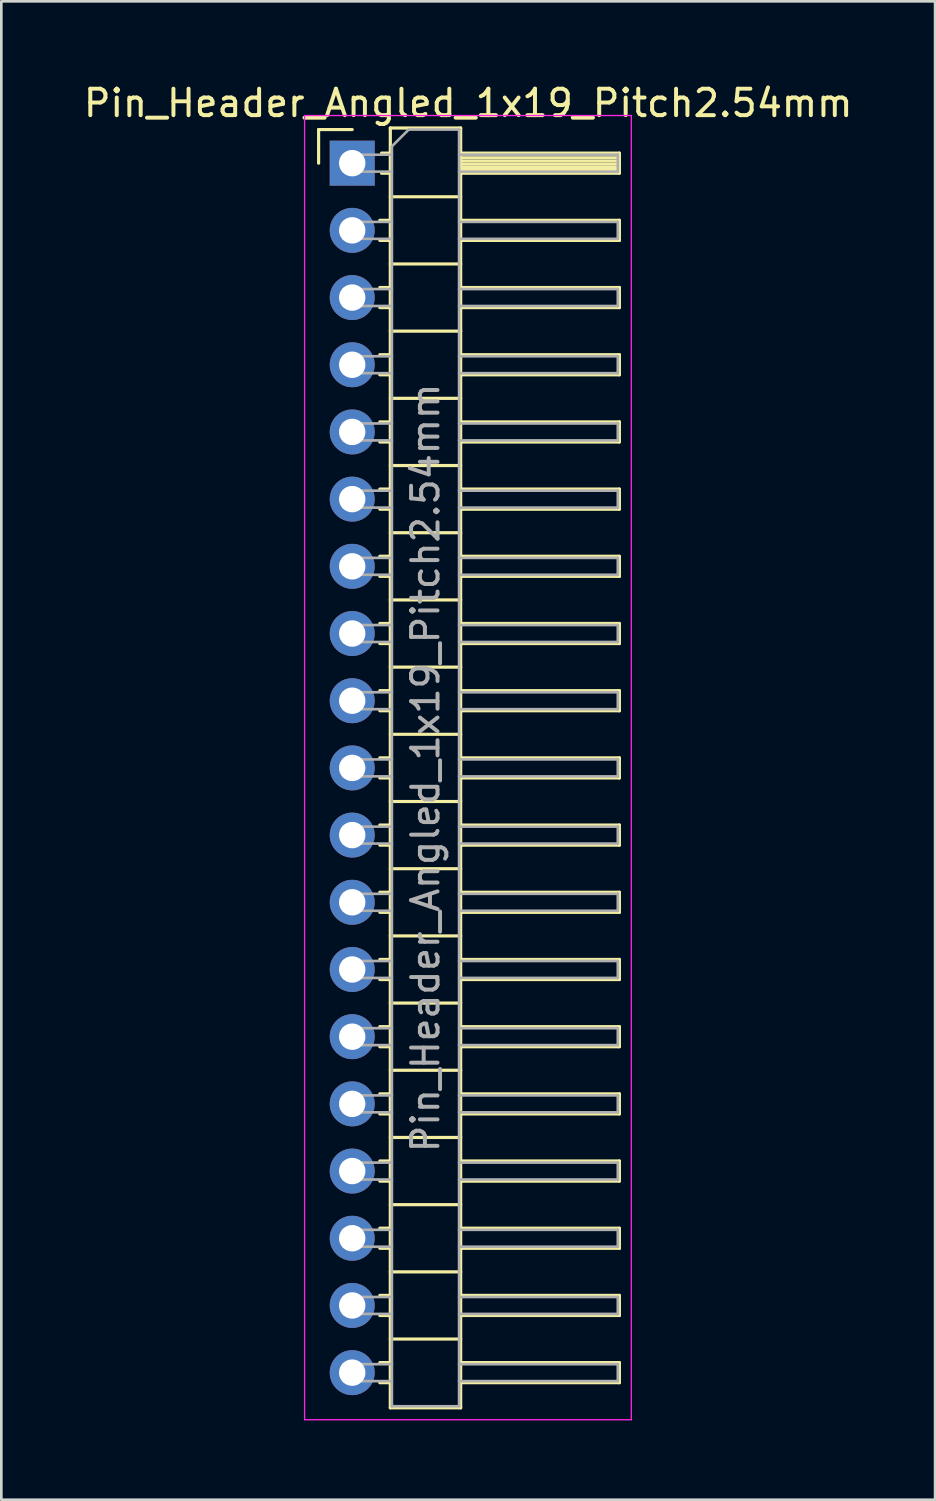
<source format=kicad_pcb>
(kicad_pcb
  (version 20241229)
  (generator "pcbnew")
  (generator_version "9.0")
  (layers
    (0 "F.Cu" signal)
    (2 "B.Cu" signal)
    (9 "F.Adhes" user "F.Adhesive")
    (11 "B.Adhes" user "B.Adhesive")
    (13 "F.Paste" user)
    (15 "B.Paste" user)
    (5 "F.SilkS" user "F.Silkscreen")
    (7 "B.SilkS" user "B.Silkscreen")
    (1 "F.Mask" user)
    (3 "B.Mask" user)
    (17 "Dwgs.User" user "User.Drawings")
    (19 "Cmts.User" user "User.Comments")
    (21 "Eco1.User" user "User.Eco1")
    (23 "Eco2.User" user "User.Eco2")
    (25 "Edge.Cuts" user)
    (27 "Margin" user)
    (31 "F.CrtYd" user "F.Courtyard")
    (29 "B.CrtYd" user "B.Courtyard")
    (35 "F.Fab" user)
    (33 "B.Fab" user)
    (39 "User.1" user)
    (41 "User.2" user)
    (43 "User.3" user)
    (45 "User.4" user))
  (footprint "Pin_Header_Angled_1x19_Pitch2.54mm"
    (layer "F.Cu")
    (at 10.264 3.118)
    (property "Reference" "Pin_Header_Angled_1x19_Pitch2.54mm" (at 4.385 -2.27 0) (layer "F.SilkS") (effects (font (size 1 1) (thickness 0.15))))
    (attr through_hole)
    (fp_line (start -1.27 -1.27) (end 0 -1.27) (stroke (width 0.12) (type solid)) (layer "F.SilkS"))
    (fp_line (start -1.27 0) (end -1.27 -1.27) (stroke (width 0.12) (type solid)) (layer "F.SilkS"))
    (fp_line (start 1.043 2.16) (end 1.44 2.16) (stroke (width 0.12) (type solid)) (layer "F.SilkS"))
    (fp_line (start 1.043 2.92) (end 1.44 2.92) (stroke (width 0.12) (type solid)) (layer "F.SilkS"))
    (fp_line (start 1.043 4.7) (end 1.44 4.7) (stroke (width 0.12) (type solid)) (layer "F.SilkS"))
    (fp_line (start 1.043 5.46) (end 1.44 5.46) (stroke (width 0.12) (type solid)) (layer "F.SilkS"))
    (fp_line (start 1.043 7.24) (end 1.44 7.24) (stroke (width 0.12) (type solid)) (layer "F.SilkS"))
    (fp_line (start 1.043 8) (end 1.44 8) (stroke (width 0.12) (type solid)) (layer "F.SilkS"))
    (fp_line (start 1.043 9.78) (end 1.44 9.78) (stroke (width 0.12) (type solid)) (layer "F.SilkS"))
    (fp_line (start 1.043 10.54) (end 1.44 10.54) (stroke (width 0.12) (type solid)) (layer "F.SilkS"))
    (fp_line (start 1.043 12.32) (end 1.44 12.32) (stroke (width 0.12) (type solid)) (layer "F.SilkS"))
    (fp_line (start 1.043 13.08) (end 1.44 13.08) (stroke (width 0.12) (type solid)) (layer "F.SilkS"))
    (fp_line (start 1.043 14.86) (end 1.44 14.86) (stroke (width 0.12) (type solid)) (layer "F.SilkS"))
    (fp_line (start 1.043 15.62) (end 1.44 15.62) (stroke (width 0.12) (type solid)) (layer "F.SilkS"))
    (fp_line (start 1.043 17.4) (end 1.44 17.4) (stroke (width 0.12) (type solid)) (layer "F.SilkS"))
    (fp_line (start 1.043 18.16) (end 1.44 18.16) (stroke (width 0.12) (type solid)) (layer "F.SilkS"))
    (fp_line (start 1.043 19.94) (end 1.44 19.94) (stroke (width 0.12) (type solid)) (layer "F.SilkS"))
    (fp_line (start 1.043 20.7) (end 1.44 20.7) (stroke (width 0.12) (type solid)) (layer "F.SilkS"))
    (fp_line (start 1.043 22.48) (end 1.44 22.48) (stroke (width 0.12) (type solid)) (layer "F.SilkS"))
    (fp_line (start 1.043 23.24) (end 1.44 23.24) (stroke (width 0.12) (type solid)) (layer "F.SilkS"))
    (fp_line (start 1.043 25.02) (end 1.44 25.02) (stroke (width 0.12) (type solid)) (layer "F.SilkS"))
    (fp_line (start 1.043 25.78) (end 1.44 25.78) (stroke (width 0.12) (type solid)) (layer "F.SilkS"))
    (fp_line (start 1.043 27.56) (end 1.44 27.56) (stroke (width 0.12) (type solid)) (layer "F.SilkS"))
    (fp_line (start 1.043 28.32) (end 1.44 28.32) (stroke (width 0.12) (type solid)) (layer "F.SilkS"))
    (fp_line (start 1.043 30.1) (end 1.44 30.1) (stroke (width 0.12) (type solid)) (layer "F.SilkS"))
    (fp_line (start 1.043 30.86) (end 1.44 30.86) (stroke (width 0.12) (type solid)) (layer "F.SilkS"))
    (fp_line (start 1.043 32.64) (end 1.44 32.64) (stroke (width 0.12) (type solid)) (layer "F.SilkS"))
    (fp_line (start 1.043 33.4) (end 1.44 33.4) (stroke (width 0.12) (type solid)) (layer "F.SilkS"))
    (fp_line (start 1.043 35.18) (end 1.44 35.18) (stroke (width 0.12) (type solid)) (layer "F.SilkS"))
    (fp_line (start 1.043 35.94) (end 1.44 35.94) (stroke (width 0.12) (type solid)) (layer "F.SilkS"))
    (fp_line (start 1.043 37.72) (end 1.44 37.72) (stroke (width 0.12) (type solid)) (layer "F.SilkS"))
    (fp_line (start 1.043 38.48) (end 1.44 38.48) (stroke (width 0.12) (type solid)) (layer "F.SilkS"))
    (fp_line (start 1.043 40.26) (end 1.44 40.26) (stroke (width 0.12) (type solid)) (layer "F.SilkS"))
    (fp_line (start 1.043 41.02) (end 1.44 41.02) (stroke (width 0.12) (type solid)) (layer "F.SilkS"))
    (fp_line (start 1.043 42.8) (end 1.44 42.8) (stroke (width 0.12) (type solid)) (layer "F.SilkS"))
    (fp_line (start 1.043 43.56) (end 1.44 43.56) (stroke (width 0.12) (type solid)) (layer "F.SilkS"))
    (fp_line (start 1.043 45.34) (end 1.44 45.34) (stroke (width 0.12) (type solid)) (layer "F.SilkS"))
    (fp_line (start 1.043 46.1) (end 1.44 46.1) (stroke (width 0.12) (type solid)) (layer "F.SilkS"))
    (fp_line (start 1.11 -0.38) (end 1.44 -0.38) (stroke (width 0.12) (type solid)) (layer "F.SilkS"))
    (fp_line (start 1.11 0.38) (end 1.44 0.38) (stroke (width 0.12) (type solid)) (layer "F.SilkS"))
    (fp_line (start 1.44 -1.33) (end 1.44 47.05) (stroke (width 0.12) (type solid)) (layer "F.SilkS"))
    (fp_line (start 1.44 1.27) (end 4.1 1.27) (stroke (width 0.12) (type solid)) (layer "F.SilkS"))
    (fp_line (start 1.44 3.81) (end 4.1 3.81) (stroke (width 0.12) (type solid)) (layer "F.SilkS"))
    (fp_line (start 1.44 6.35) (end 4.1 6.35) (stroke (width 0.12) (type solid)) (layer "F.SilkS"))
    (fp_line (start 1.44 8.89) (end 4.1 8.89) (stroke (width 0.12) (type solid)) (layer "F.SilkS"))
    (fp_line (start 1.44 11.43) (end 4.1 11.43) (stroke (width 0.12) (type solid)) (layer "F.SilkS"))
    (fp_line (start 1.44 13.97) (end 4.1 13.97) (stroke (width 0.12) (type solid)) (layer "F.SilkS"))
    (fp_line (start 1.44 16.51) (end 4.1 16.51) (stroke (width 0.12) (type solid)) (layer "F.SilkS"))
    (fp_line (start 1.44 19.05) (end 4.1 19.05) (stroke (width 0.12) (type solid)) (layer "F.SilkS"))
    (fp_line (start 1.44 21.59) (end 4.1 21.59) (stroke (width 0.12) (type solid)) (layer "F.SilkS"))
    (fp_line (start 1.44 24.13) (end 4.1 24.13) (stroke (width 0.12) (type solid)) (layer "F.SilkS"))
    (fp_line (start 1.44 26.67) (end 4.1 26.67) (stroke (width 0.12) (type solid)) (layer "F.SilkS"))
    (fp_line (start 1.44 29.21) (end 4.1 29.21) (stroke (width 0.12) (type solid)) (layer "F.SilkS"))
    (fp_line (start 1.44 31.75) (end 4.1 31.75) (stroke (width 0.12) (type solid)) (layer "F.SilkS"))
    (fp_line (start 1.44 34.29) (end 4.1 34.29) (stroke (width 0.12) (type solid)) (layer "F.SilkS"))
    (fp_line (start 1.44 36.83) (end 4.1 36.83) (stroke (width 0.12) (type solid)) (layer "F.SilkS"))
    (fp_line (start 1.44 39.37) (end 4.1 39.37) (stroke (width 0.12) (type solid)) (layer "F.SilkS"))
    (fp_line (start 1.44 41.91) (end 4.1 41.91) (stroke (width 0.12) (type solid)) (layer "F.SilkS"))
    (fp_line (start 1.44 44.45) (end 4.1 44.45) (stroke (width 0.12) (type solid)) (layer "F.SilkS"))
    (fp_line (start 1.44 47.05) (end 4.1 47.05) (stroke (width 0.12) (type solid)) (layer "F.SilkS"))
    (fp_line (start 4.1 -1.33) (end 1.44 -1.33) (stroke (width 0.12) (type solid)) (layer "F.SilkS"))
    (fp_line (start 4.1 -0.38) (end 10.1 -0.38) (stroke (width 0.12) (type solid)) (layer "F.SilkS"))
    (fp_line (start 4.1 -0.32) (end 10.1 -0.32) (stroke (width 0.12) (type solid)) (layer "F.SilkS"))
    (fp_line (start 4.1 -0.2) (end 10.1 -0.2) (stroke (width 0.12) (type solid)) (layer "F.SilkS"))
    (fp_line (start 4.1 -0.08) (end 10.1 -0.08) (stroke (width 0.12) (type solid)) (layer "F.SilkS"))
    (fp_line (start 4.1 0.04) (end 10.1 0.04) (stroke (width 0.12) (type solid)) (layer "F.SilkS"))
    (fp_line (start 4.1 0.16) (end 10.1 0.16) (stroke (width 0.12) (type solid)) (layer "F.SilkS"))
    (fp_line (start 4.1 0.28) (end 10.1 0.28) (stroke (width 0.12) (type solid)) (layer "F.SilkS"))
    (fp_line (start 4.1 2.16) (end 10.1 2.16) (stroke (width 0.12) (type solid)) (layer "F.SilkS"))
    (fp_line (start 4.1 4.7) (end 10.1 4.7) (stroke (width 0.12) (type solid)) (layer "F.SilkS"))
    (fp_line (start 4.1 7.24) (end 10.1 7.24) (stroke (width 0.12) (type solid)) (layer "F.SilkS"))
    (fp_line (start 4.1 9.78) (end 10.1 9.78) (stroke (width 0.12) (type solid)) (layer "F.SilkS"))
    (fp_line (start 4.1 12.32) (end 10.1 12.32) (stroke (width 0.12) (type solid)) (layer "F.SilkS"))
    (fp_line (start 4.1 14.86) (end 10.1 14.86) (stroke (width 0.12) (type solid)) (layer "F.SilkS"))
    (fp_line (start 4.1 17.4) (end 10.1 17.4) (stroke (width 0.12) (type solid)) (layer "F.SilkS"))
    (fp_line (start 4.1 19.94) (end 10.1 19.94) (stroke (width 0.12) (type solid)) (layer "F.SilkS"))
    (fp_line (start 4.1 22.48) (end 10.1 22.48) (stroke (width 0.12) (type solid)) (layer "F.SilkS"))
    (fp_line (start 4.1 25.02) (end 10.1 25.02) (stroke (width 0.12) (type solid)) (layer "F.SilkS"))
    (fp_line (start 4.1 27.56) (end 10.1 27.56) (stroke (width 0.12) (type solid)) (layer "F.SilkS"))
    (fp_line (start 4.1 30.1) (end 10.1 30.1) (stroke (width 0.12) (type solid)) (layer "F.SilkS"))
    (fp_line (start 4.1 32.64) (end 10.1 32.64) (stroke (width 0.12) (type solid)) (layer "F.SilkS"))
    (fp_line (start 4.1 35.18) (end 10.1 35.18) (stroke (width 0.12) (type solid)) (layer "F.SilkS"))
    (fp_line (start 4.1 37.72) (end 10.1 37.72) (stroke (width 0.12) (type solid)) (layer "F.SilkS"))
    (fp_line (start 4.1 40.26) (end 10.1 40.26) (stroke (width 0.12) (type solid)) (layer "F.SilkS"))
    (fp_line (start 4.1 42.8) (end 10.1 42.8) (stroke (width 0.12) (type solid)) (layer "F.SilkS"))
    (fp_line (start 4.1 45.34) (end 10.1 45.34) (stroke (width 0.12) (type solid)) (layer "F.SilkS"))
    (fp_line (start 4.1 47.05) (end 4.1 -1.33) (stroke (width 0.12) (type solid)) (layer "F.SilkS"))
    (fp_line (start 10.1 -0.38) (end 10.1 0.38) (stroke (width 0.12) (type solid)) (layer "F.SilkS"))
    (fp_line (start 10.1 0.38) (end 4.1 0.38) (stroke (width 0.12) (type solid)) (layer "F.SilkS"))
    (fp_line (start 10.1 2.16) (end 10.1 2.92) (stroke (width 0.12) (type solid)) (layer "F.SilkS"))
    (fp_line (start 10.1 2.92) (end 4.1 2.92) (stroke (width 0.12) (type solid)) (layer "F.SilkS"))
    (fp_line (start 10.1 4.7) (end 10.1 5.46) (stroke (width 0.12) (type solid)) (layer "F.SilkS"))
    (fp_line (start 10.1 5.46) (end 4.1 5.46) (stroke (width 0.12) (type solid)) (layer "F.SilkS"))
    (fp_line (start 10.1 7.24) (end 10.1 8) (stroke (width 0.12) (type solid)) (layer "F.SilkS"))
    (fp_line (start 10.1 8) (end 4.1 8) (stroke (width 0.12) (type solid)) (layer "F.SilkS"))
    (fp_line (start 10.1 9.78) (end 10.1 10.54) (stroke (width 0.12) (type solid)) (layer "F.SilkS"))
    (fp_line (start 10.1 10.54) (end 4.1 10.54) (stroke (width 0.12) (type solid)) (layer "F.SilkS"))
    (fp_line (start 10.1 12.32) (end 10.1 13.08) (stroke (width 0.12) (type solid)) (layer "F.SilkS"))
    (fp_line (start 10.1 13.08) (end 4.1 13.08) (stroke (width 0.12) (type solid)) (layer "F.SilkS"))
    (fp_line (start 10.1 14.86) (end 10.1 15.62) (stroke (width 0.12) (type solid)) (layer "F.SilkS"))
    (fp_line (start 10.1 15.62) (end 4.1 15.62) (stroke (width 0.12) (type solid)) (layer "F.SilkS"))
    (fp_line (start 10.1 17.4) (end 10.1 18.16) (stroke (width 0.12) (type solid)) (layer "F.SilkS"))
    (fp_line (start 10.1 18.16) (end 4.1 18.16) (stroke (width 0.12) (type solid)) (layer "F.SilkS"))
    (fp_line (start 10.1 19.94) (end 10.1 20.7) (stroke (width 0.12) (type solid)) (layer "F.SilkS"))
    (fp_line (start 10.1 20.7) (end 4.1 20.7) (stroke (width 0.12) (type solid)) (layer "F.SilkS"))
    (fp_line (start 10.1 22.48) (end 10.1 23.24) (stroke (width 0.12) (type solid)) (layer "F.SilkS"))
    (fp_line (start 10.1 23.24) (end 4.1 23.24) (stroke (width 0.12) (type solid)) (layer "F.SilkS"))
    (fp_line (start 10.1 25.02) (end 10.1 25.78) (stroke (width 0.12) (type solid)) (layer "F.SilkS"))
    (fp_line (start 10.1 25.78) (end 4.1 25.78) (stroke (width 0.12) (type solid)) (layer "F.SilkS"))
    (fp_line (start 10.1 27.56) (end 10.1 28.32) (stroke (width 0.12) (type solid)) (layer "F.SilkS"))
    (fp_line (start 10.1 28.32) (end 4.1 28.32) (stroke (width 0.12) (type solid)) (layer "F.SilkS"))
    (fp_line (start 10.1 30.1) (end 10.1 30.86) (stroke (width 0.12) (type solid)) (layer "F.SilkS"))
    (fp_line (start 10.1 30.86) (end 4.1 30.86) (stroke (width 0.12) (type solid)) (layer "F.SilkS"))
    (fp_line (start 10.1 32.64) (end 10.1 33.4) (stroke (width 0.12) (type solid)) (layer "F.SilkS"))
    (fp_line (start 10.1 33.4) (end 4.1 33.4) (stroke (width 0.12) (type solid)) (layer "F.SilkS"))
    (fp_line (start 10.1 35.18) (end 10.1 35.94) (stroke (width 0.12) (type solid)) (layer "F.SilkS"))
    (fp_line (start 10.1 35.94) (end 4.1 35.94) (stroke (width 0.12) (type solid)) (layer "F.SilkS"))
    (fp_line (start 10.1 37.72) (end 10.1 38.48) (stroke (width 0.12) (type solid)) (layer "F.SilkS"))
    (fp_line (start 10.1 38.48) (end 4.1 38.48) (stroke (width 0.12) (type solid)) (layer "F.SilkS"))
    (fp_line (start 10.1 40.26) (end 10.1 41.02) (stroke (width 0.12) (type solid)) (layer "F.SilkS"))
    (fp_line (start 10.1 41.02) (end 4.1 41.02) (stroke (width 0.12) (type solid)) (layer "F.SilkS"))
    (fp_line (start 10.1 42.8) (end 10.1 43.56) (stroke (width 0.12) (type solid)) (layer "F.SilkS"))
    (fp_line (start 10.1 43.56) (end 4.1 43.56) (stroke (width 0.12) (type solid)) (layer "F.SilkS"))
    (fp_line (start 10.1 45.34) (end 10.1 46.1) (stroke (width 0.12) (type solid)) (layer "F.SilkS"))
    (fp_line (start 10.1 46.1) (end 4.1 46.1) (stroke (width 0.12) (type solid)) (layer "F.SilkS"))
    (fp_line (start -1.8 -1.8) (end -1.8 47.5) (stroke (width 0.05) (type solid)) (layer "F.CrtYd"))
    (fp_line (start -1.8 47.5) (end 10.55 47.5) (stroke (width 0.05) (type solid)) (layer "F.CrtYd"))
    (fp_line (start 10.55 -1.8) (end -1.8 -1.8) (stroke (width 0.05) (type solid)) (layer "F.CrtYd"))
    (fp_line (start 10.55 47.5) (end 10.55 -1.8) (stroke (width 0.05) (type solid)) (layer "F.CrtYd"))
    (fp_line (start -0.32 -0.32) (end -0.32 0.32) (stroke (width 0.1) (type solid)) (layer "F.Fab"))
    (fp_line (start -0.32 -0.32) (end 1.5 -0.32) (stroke (width 0.1) (type solid)) (layer "F.Fab"))
    (fp_line (start -0.32 0.32) (end 1.5 0.32) (stroke (width 0.1) (type solid)) (layer "F.Fab"))
    (fp_line (start -0.32 2.22) (end -0.32 2.86) (stroke (width 0.1) (type solid)) (layer "F.Fab"))
    (fp_line (start -0.32 2.22) (end 1.5 2.22) (stroke (width 0.1) (type solid)) (layer "F.Fab"))
    (fp_line (start -0.32 2.86) (end 1.5 2.86) (stroke (width 0.1) (type solid)) (layer "F.Fab"))
    (fp_line (start -0.32 4.76) (end -0.32 5.4) (stroke (width 0.1) (type solid)) (layer "F.Fab"))
    (fp_line (start -0.32 4.76) (end 1.5 4.76) (stroke (width 0.1) (type solid)) (layer "F.Fab"))
    (fp_line (start -0.32 5.4) (end 1.5 5.4) (stroke (width 0.1) (type solid)) (layer "F.Fab"))
    (fp_line (start -0.32 7.3) (end -0.32 7.94) (stroke (width 0.1) (type solid)) (layer "F.Fab"))
    (fp_line (start -0.32 7.3) (end 1.5 7.3) (stroke (width 0.1) (type solid)) (layer "F.Fab"))
    (fp_line (start -0.32 7.94) (end 1.5 7.94) (stroke (width 0.1) (type solid)) (layer "F.Fab"))
    (fp_line (start -0.32 9.84) (end -0.32 10.48) (stroke (width 0.1) (type solid)) (layer "F.Fab"))
    (fp_line (start -0.32 9.84) (end 1.5 9.84) (stroke (width 0.1) (type solid)) (layer "F.Fab"))
    (fp_line (start -0.32 10.48) (end 1.5 10.48) (stroke (width 0.1) (type solid)) (layer "F.Fab"))
    (fp_line (start -0.32 12.38) (end -0.32 13.02) (stroke (width 0.1) (type solid)) (layer "F.Fab"))
    (fp_line (start -0.32 12.38) (end 1.5 12.38) (stroke (width 0.1) (type solid)) (layer "F.Fab"))
    (fp_line (start -0.32 13.02) (end 1.5 13.02) (stroke (width 0.1) (type solid)) (layer "F.Fab"))
    (fp_line (start -0.32 14.92) (end -0.32 15.56) (stroke (width 0.1) (type solid)) (layer "F.Fab"))
    (fp_line (start -0.32 14.92) (end 1.5 14.92) (stroke (width 0.1) (type solid)) (layer "F.Fab"))
    (fp_line (start -0.32 15.56) (end 1.5 15.56) (stroke (width 0.1) (type solid)) (layer "F.Fab"))
    (fp_line (start -0.32 17.46) (end -0.32 18.1) (stroke (width 0.1) (type solid)) (layer "F.Fab"))
    (fp_line (start -0.32 17.46) (end 1.5 17.46) (stroke (width 0.1) (type solid)) (layer "F.Fab"))
    (fp_line (start -0.32 18.1) (end 1.5 18.1) (stroke (width 0.1) (type solid)) (layer "F.Fab"))
    (fp_line (start -0.32 20) (end -0.32 20.64) (stroke (width 0.1) (type solid)) (layer "F.Fab"))
    (fp_line (start -0.32 20) (end 1.5 20) (stroke (width 0.1) (type solid)) (layer "F.Fab"))
    (fp_line (start -0.32 20.64) (end 1.5 20.64) (stroke (width 0.1) (type solid)) (layer "F.Fab"))
    (fp_line (start -0.32 22.54) (end -0.32 23.18) (stroke (width 0.1) (type solid)) (layer "F.Fab"))
    (fp_line (start -0.32 22.54) (end 1.5 22.54) (stroke (width 0.1) (type solid)) (layer "F.Fab"))
    (fp_line (start -0.32 23.18) (end 1.5 23.18) (stroke (width 0.1) (type solid)) (layer "F.Fab"))
    (fp_line (start -0.32 25.08) (end -0.32 25.72) (stroke (width 0.1) (type solid)) (layer "F.Fab"))
    (fp_line (start -0.32 25.08) (end 1.5 25.08) (stroke (width 0.1) (type solid)) (layer "F.Fab"))
    (fp_line (start -0.32 25.72) (end 1.5 25.72) (stroke (width 0.1) (type solid)) (layer "F.Fab"))
    (fp_line (start -0.32 27.62) (end -0.32 28.26) (stroke (width 0.1) (type solid)) (layer "F.Fab"))
    (fp_line (start -0.32 27.62) (end 1.5 27.62) (stroke (width 0.1) (type solid)) (layer "F.Fab"))
    (fp_line (start -0.32 28.26) (end 1.5 28.26) (stroke (width 0.1) (type solid)) (layer "F.Fab"))
    (fp_line (start -0.32 30.16) (end -0.32 30.8) (stroke (width 0.1) (type solid)) (layer "F.Fab"))
    (fp_line (start -0.32 30.16) (end 1.5 30.16) (stroke (width 0.1) (type solid)) (layer "F.Fab"))
    (fp_line (start -0.32 30.8) (end 1.5 30.8) (stroke (width 0.1) (type solid)) (layer "F.Fab"))
    (fp_line (start -0.32 32.7) (end -0.32 33.34) (stroke (width 0.1) (type solid)) (layer "F.Fab"))
    (fp_line (start -0.32 32.7) (end 1.5 32.7) (stroke (width 0.1) (type solid)) (layer "F.Fab"))
    (fp_line (start -0.32 33.34) (end 1.5 33.34) (stroke (width 0.1) (type solid)) (layer "F.Fab"))
    (fp_line (start -0.32 35.24) (end -0.32 35.88) (stroke (width 0.1) (type solid)) (layer "F.Fab"))
    (fp_line (start -0.32 35.24) (end 1.5 35.24) (stroke (width 0.1) (type solid)) (layer "F.Fab"))
    (fp_line (start -0.32 35.88) (end 1.5 35.88) (stroke (width 0.1) (type solid)) (layer "F.Fab"))
    (fp_line (start -0.32 37.78) (end -0.32 38.42) (stroke (width 0.1) (type solid)) (layer "F.Fab"))
    (fp_line (start -0.32 37.78) (end 1.5 37.78) (stroke (width 0.1) (type solid)) (layer "F.Fab"))
    (fp_line (start -0.32 38.42) (end 1.5 38.42) (stroke (width 0.1) (type solid)) (layer "F.Fab"))
    (fp_line (start -0.32 40.32) (end -0.32 40.96) (stroke (width 0.1) (type solid)) (layer "F.Fab"))
    (fp_line (start -0.32 40.32) (end 1.5 40.32) (stroke (width 0.1) (type solid)) (layer "F.Fab"))
    (fp_line (start -0.32 40.96) (end 1.5 40.96) (stroke (width 0.1) (type solid)) (layer "F.Fab"))
    (fp_line (start -0.32 42.86) (end -0.32 43.5) (stroke (width 0.1) (type solid)) (layer "F.Fab"))
    (fp_line (start -0.32 42.86) (end 1.5 42.86) (stroke (width 0.1) (type solid)) (layer "F.Fab"))
    (fp_line (start -0.32 43.5) (end 1.5 43.5) (stroke (width 0.1) (type solid)) (layer "F.Fab"))
    (fp_line (start -0.32 45.4) (end -0.32 46.04) (stroke (width 0.1) (type solid)) (layer "F.Fab"))
    (fp_line (start -0.32 45.4) (end 1.5 45.4) (stroke (width 0.1) (type solid)) (layer "F.Fab"))
    (fp_line (start -0.32 46.04) (end 1.5 46.04) (stroke (width 0.1) (type solid)) (layer "F.Fab"))
    (fp_line (start 1.5 -0.635) (end 2.135 -1.27) (stroke (width 0.1) (type solid)) (layer "F.Fab"))
    (fp_line (start 1.5 46.99) (end 1.5 -0.635) (stroke (width 0.1) (type solid)) (layer "F.Fab"))
    (fp_line (start 2.135 -1.27) (end 4.04 -1.27) (stroke (width 0.1) (type solid)) (layer "F.Fab"))
    (fp_line (start 4.04 -1.27) (end 4.04 46.99) (stroke (width 0.1) (type solid)) (layer "F.Fab"))
    (fp_line (start 4.04 -0.32) (end 10.04 -0.32) (stroke (width 0.1) (type solid)) (layer "F.Fab"))
    (fp_line (start 4.04 0.32) (end 10.04 0.32) (stroke (width 0.1) (type solid)) (layer "F.Fab"))
    (fp_line (start 4.04 2.22) (end 10.04 2.22) (stroke (width 0.1) (type solid)) (layer "F.Fab"))
    (fp_line (start 4.04 2.86) (end 10.04 2.86) (stroke (width 0.1) (type solid)) (layer "F.Fab"))
    (fp_line (start 4.04 4.76) (end 10.04 4.76) (stroke (width 0.1) (type solid)) (layer "F.Fab"))
    (fp_line (start 4.04 5.4) (end 10.04 5.4) (stroke (width 0.1) (type solid)) (layer "F.Fab"))
    (fp_line (start 4.04 7.3) (end 10.04 7.3) (stroke (width 0.1) (type solid)) (layer "F.Fab"))
    (fp_line (start 4.04 7.94) (end 10.04 7.94) (stroke (width 0.1) (type solid)) (layer "F.Fab"))
    (fp_line (start 4.04 9.84) (end 10.04 9.84) (stroke (width 0.1) (type solid)) (layer "F.Fab"))
    (fp_line (start 4.04 10.48) (end 10.04 10.48) (stroke (width 0.1) (type solid)) (layer "F.Fab"))
    (fp_line (start 4.04 12.38) (end 10.04 12.38) (stroke (width 0.1) (type solid)) (layer "F.Fab"))
    (fp_line (start 4.04 13.02) (end 10.04 13.02) (stroke (width 0.1) (type solid)) (layer "F.Fab"))
    (fp_line (start 4.04 14.92) (end 10.04 14.92) (stroke (width 0.1) (type solid)) (layer "F.Fab"))
    (fp_line (start 4.04 15.56) (end 10.04 15.56) (stroke (width 0.1) (type solid)) (layer "F.Fab"))
    (fp_line (start 4.04 17.46) (end 10.04 17.46) (stroke (width 0.1) (type solid)) (layer "F.Fab"))
    (fp_line (start 4.04 18.1) (end 10.04 18.1) (stroke (width 0.1) (type solid)) (layer "F.Fab"))
    (fp_line (start 4.04 20) (end 10.04 20) (stroke (width 0.1) (type solid)) (layer "F.Fab"))
    (fp_line (start 4.04 20.64) (end 10.04 20.64) (stroke (width 0.1) (type solid)) (layer "F.Fab"))
    (fp_line (start 4.04 22.54) (end 10.04 22.54) (stroke (width 0.1) (type solid)) (layer "F.Fab"))
    (fp_line (start 4.04 23.18) (end 10.04 23.18) (stroke (width 0.1) (type solid)) (layer "F.Fab"))
    (fp_line (start 4.04 25.08) (end 10.04 25.08) (stroke (width 0.1) (type solid)) (layer "F.Fab"))
    (fp_line (start 4.04 25.72) (end 10.04 25.72) (stroke (width 0.1) (type solid)) (layer "F.Fab"))
    (fp_line (start 4.04 27.62) (end 10.04 27.62) (stroke (width 0.1) (type solid)) (layer "F.Fab"))
    (fp_line (start 4.04 28.26) (end 10.04 28.26) (stroke (width 0.1) (type solid)) (layer "F.Fab"))
    (fp_line (start 4.04 30.16) (end 10.04 30.16) (stroke (width 0.1) (type solid)) (layer "F.Fab"))
    (fp_line (start 4.04 30.8) (end 10.04 30.8) (stroke (width 0.1) (type solid)) (layer "F.Fab"))
    (fp_line (start 4.04 32.7) (end 10.04 32.7) (stroke (width 0.1) (type solid)) (layer "F.Fab"))
    (fp_line (start 4.04 33.34) (end 10.04 33.34) (stroke (width 0.1) (type solid)) (layer "F.Fab"))
    (fp_line (start 4.04 35.24) (end 10.04 35.24) (stroke (width 0.1) (type solid)) (layer "F.Fab"))
    (fp_line (start 4.04 35.88) (end 10.04 35.88) (stroke (width 0.1) (type solid)) (layer "F.Fab"))
    (fp_line (start 4.04 37.78) (end 10.04 37.78) (stroke (width 0.1) (type solid)) (layer "F.Fab"))
    (fp_line (start 4.04 38.42) (end 10.04 38.42) (stroke (width 0.1) (type solid)) (layer "F.Fab"))
    (fp_line (start 4.04 40.32) (end 10.04 40.32) (stroke (width 0.1) (type solid)) (layer "F.Fab"))
    (fp_line (start 4.04 40.96) (end 10.04 40.96) (stroke (width 0.1) (type solid)) (layer "F.Fab"))
    (fp_line (start 4.04 42.86) (end 10.04 42.86) (stroke (width 0.1) (type solid)) (layer "F.Fab"))
    (fp_line (start 4.04 43.5) (end 10.04 43.5) (stroke (width 0.1) (type solid)) (layer "F.Fab"))
    (fp_line (start 4.04 45.4) (end 10.04 45.4) (stroke (width 0.1) (type solid)) (layer "F.Fab"))
    (fp_line (start 4.04 46.04) (end 10.04 46.04) (stroke (width 0.1) (type solid)) (layer "F.Fab"))
    (fp_line (start 4.04 46.99) (end 1.5 46.99) (stroke (width 0.1) (type solid)) (layer "F.Fab"))
    (fp_line (start 10.04 -0.32) (end 10.04 0.32) (stroke (width 0.1) (type solid)) (layer "F.Fab"))
    (fp_line (start 10.04 2.22) (end 10.04 2.86) (stroke (width 0.1) (type solid)) (layer "F.Fab"))
    (fp_line (start 10.04 4.76) (end 10.04 5.4) (stroke (width 0.1) (type solid)) (layer "F.Fab"))
    (fp_line (start 10.04 7.3) (end 10.04 7.94) (stroke (width 0.1) (type solid)) (layer "F.Fab"))
    (fp_line (start 10.04 9.84) (end 10.04 10.48) (stroke (width 0.1) (type solid)) (layer "F.Fab"))
    (fp_line (start 10.04 12.38) (end 10.04 13.02) (stroke (width 0.1) (type solid)) (layer "F.Fab"))
    (fp_line (start 10.04 14.92) (end 10.04 15.56) (stroke (width 0.1) (type solid)) (layer "F.Fab"))
    (fp_line (start 10.04 17.46) (end 10.04 18.1) (stroke (width 0.1) (type solid)) (layer "F.Fab"))
    (fp_line (start 10.04 20) (end 10.04 20.64) (stroke (width 0.1) (type solid)) (layer "F.Fab"))
    (fp_line (start 10.04 22.54) (end 10.04 23.18) (stroke (width 0.1) (type solid)) (layer "F.Fab"))
    (fp_line (start 10.04 25.08) (end 10.04 25.72) (stroke (width 0.1) (type solid)) (layer "F.Fab"))
    (fp_line (start 10.04 27.62) (end 10.04 28.26) (stroke (width 0.1) (type solid)) (layer "F.Fab"))
    (fp_line (start 10.04 30.16) (end 10.04 30.8) (stroke (width 0.1) (type solid)) (layer "F.Fab"))
    (fp_line (start 10.04 32.7) (end 10.04 33.34) (stroke (width 0.1) (type solid)) (layer "F.Fab"))
    (fp_line (start 10.04 35.24) (end 10.04 35.88) (stroke (width 0.1) (type solid)) (layer "F.Fab"))
    (fp_line (start 10.04 37.78) (end 10.04 38.42) (stroke (width 0.1) (type solid)) (layer "F.Fab"))
    (fp_line (start 10.04 40.32) (end 10.04 40.96) (stroke (width 0.1) (type solid)) (layer "F.Fab"))
    (fp_line (start 10.04 42.86) (end 10.04 43.5) (stroke (width 0.1) (type solid)) (layer "F.Fab"))
    (fp_line (start 10.04 45.4) (end 10.04 46.04) (stroke (width 0.1) (type solid)) (layer "F.Fab"))
    (fp_text user "${REFERENCE}" (at 2.77 22.86 90) (layer "F.Fab") (effects (font (size 1 1) (thickness 0.15))))
    (pad "1" thru_hole rect (at 0 0) (size 1.7 1.7) (drill 1) (layers "*.Cu" "*.Mask"))
    (pad "2" thru_hole oval (at 0 2.54) (size 1.7 1.7) (drill 1) (layers "*.Cu" "*.Mask"))
    (pad "3" thru_hole oval (at 0 5.08) (size 1.7 1.7) (drill 1) (layers "*.Cu" "*.Mask"))
    (pad "4" thru_hole oval (at 0 7.62) (size 1.7 1.7) (drill 1) (layers "*.Cu" "*.Mask"))
    (pad "5" thru_hole oval (at 0 10.16) (size 1.7 1.7) (drill 1) (layers "*.Cu" "*.Mask"))
    (pad "6" thru_hole oval (at 0 12.7) (size 1.7 1.7) (drill 1) (layers "*.Cu" "*.Mask"))
    (pad "7" thru_hole oval (at 0 15.24) (size 1.7 1.7) (drill 1) (layers "*.Cu" "*.Mask"))
    (pad "8" thru_hole oval (at 0 17.78) (size 1.7 1.7) (drill 1) (layers "*.Cu" "*.Mask"))
    (pad "9" thru_hole oval (at 0 20.32) (size 1.7 1.7) (drill 1) (layers "*.Cu" "*.Mask"))
    (pad "10" thru_hole oval (at 0 22.86) (size 1.7 1.7) (drill 1) (layers "*.Cu" "*.Mask"))
    (pad "11" thru_hole oval (at 0 25.4) (size 1.7 1.7) (drill 1) (layers "*.Cu" "*.Mask"))
    (pad "12" thru_hole oval (at 0 27.94) (size 1.7 1.7) (drill 1) (layers "*.Cu" "*.Mask"))
    (pad "13" thru_hole oval (at 0 30.48) (size 1.7 1.7) (drill 1) (layers "*.Cu" "*.Mask"))
    (pad "14" thru_hole oval (at 0 33.02) (size 1.7 1.7) (drill 1) (layers "*.Cu" "*.Mask"))
    (pad "15" thru_hole oval (at 0 35.56) (size 1.7 1.7) (drill 1) (layers "*.Cu" "*.Mask"))
    (pad "16" thru_hole oval (at 0 38.1) (size 1.7 1.7) (drill 1) (layers "*.Cu" "*.Mask"))
    (pad "17" thru_hole oval (at 0 40.64) (size 1.7 1.7) (drill 1) (layers "*.Cu" "*.Mask"))
    (pad "18" thru_hole oval (at 0 43.18) (size 1.7 1.7) (drill 1) (layers "*.Cu" "*.Mask"))
    (pad "19" thru_hole oval (at 0 45.72) (size 1.7 1.7) (drill 1) (layers "*.Cu" "*.Mask")))
  (gr_rect
    (start -3 -3)
    (end 32.298 53.643)
    (stroke (width 0.1) (type default))
    (fill no)
    (layer "Edge.Cuts")))
</source>
